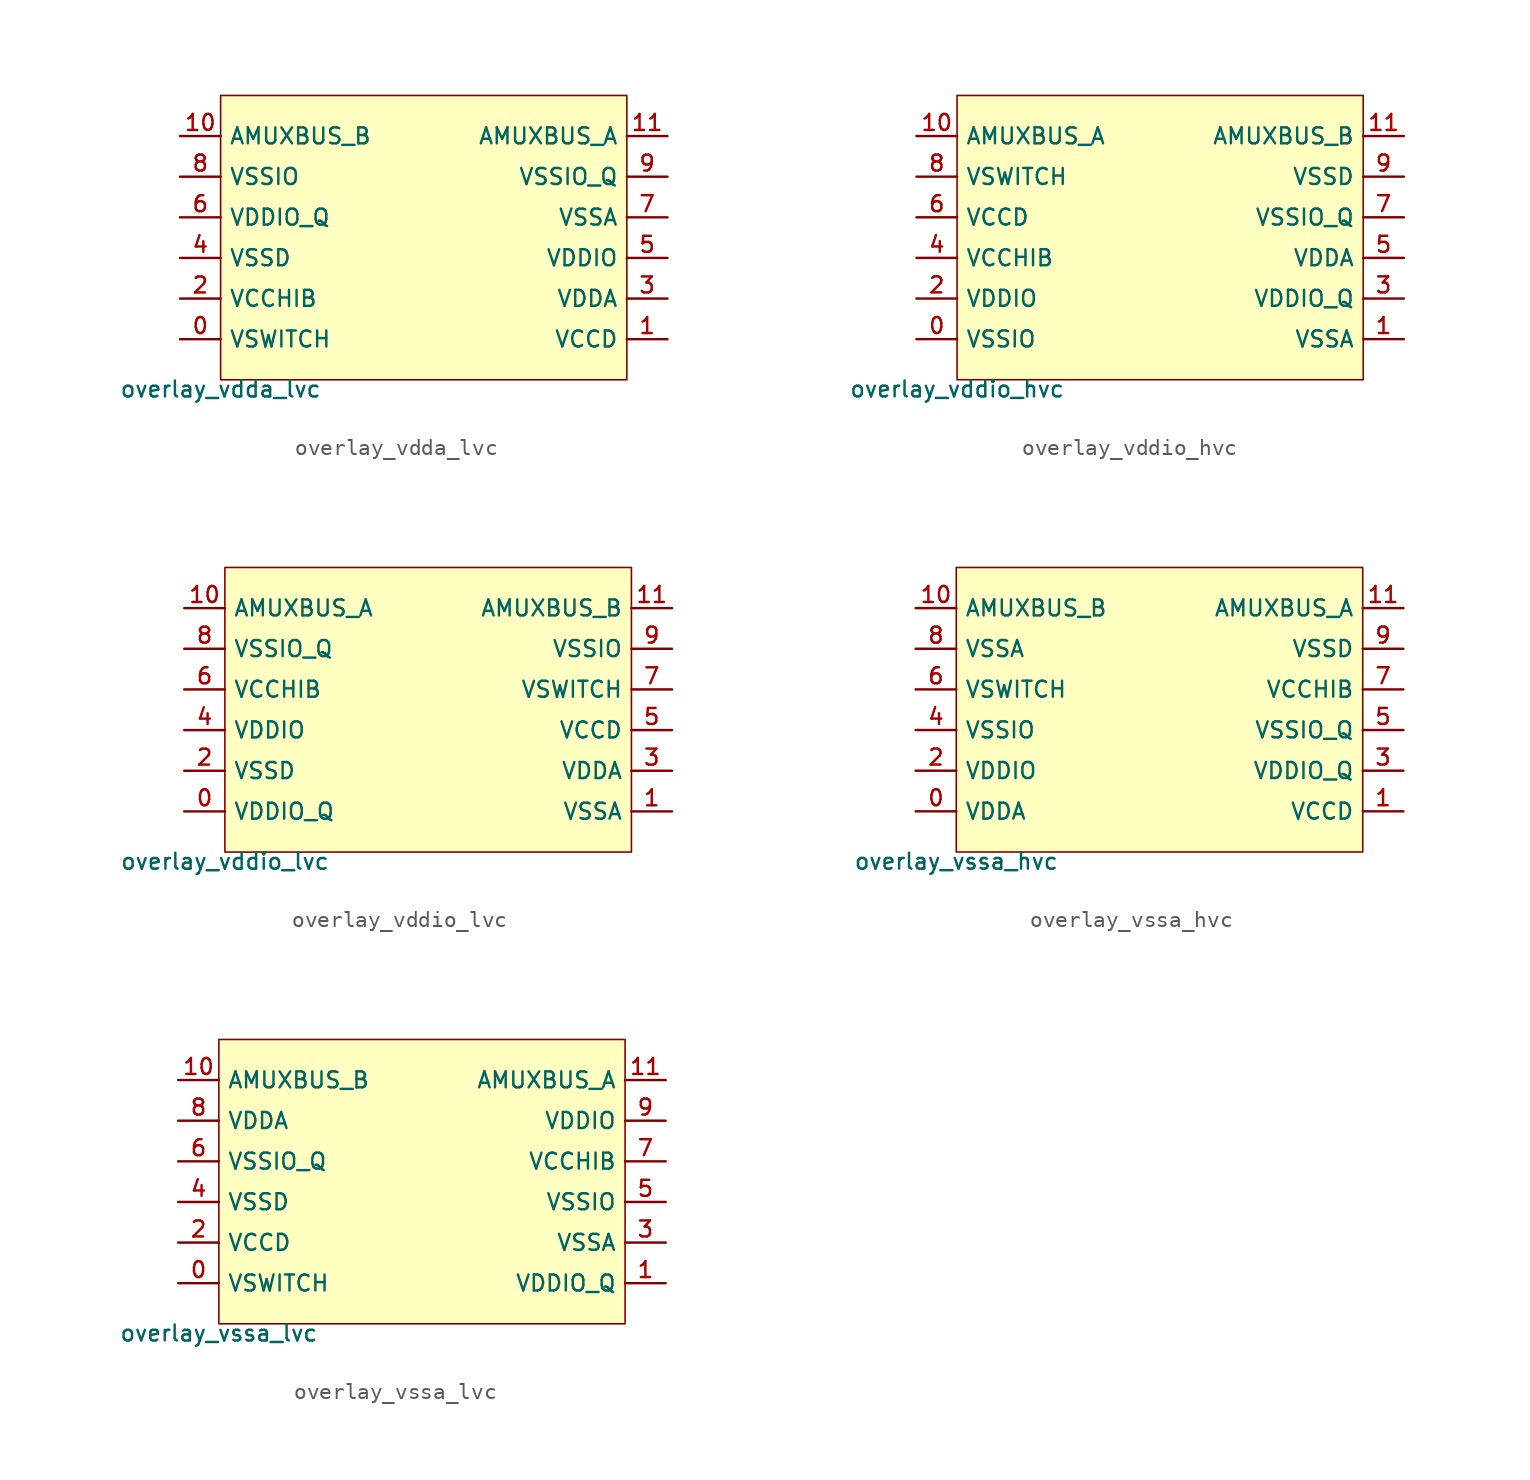
<source format=kicad_sym>
(kicad_symbol_lib
  (version 20211014)
  (generator pdk2kicad)
  (symbol "overlay_vdda_lvc"
    (property "Reference" "X"
      (at 0 0 0)
      (effects (font (size 1 1)) hide))
    (property "Value" "overlay_vdda_lvc"
      (at -12.7 -8.89 0)
      (effects (font (size 1 1)) (justify top)))
    (rectangle
      (start -12.7 -8.89)
      (end 12.7 8.89)
      (stroke (width 0.1) (type solid) (color 0 0 0 0))
      (fill (type background)))
    (pin bidirectional line
      (at -15.24 -6.35 0)
      (length 2.54)
      (name "VSWITCH" (effects (font (size 1 1)) hide))
      (number "0" (effects (font (size 1 1)) hide)))
    (pin bidirectional line
      (at 15.24 -6.35 180)
      (length 2.54)
      (name "VCCD" (effects (font (size 1 1)) hide))
      (number "1" (effects (font (size 1 1)) hide)))
    (pin bidirectional line
      (at -15.24 -3.81 0)
      (length 2.54)
      (name "VCCHIB" (effects (font (size 1 1)) hide))
      (number "2" (effects (font (size 1 1)) hide)))
    (pin bidirectional line
      (at 15.24 -3.81 180)
      (length 2.54)
      (name "VDDA" (effects (font (size 1 1)) hide))
      (number "3" (effects (font (size 1 1)) hide)))
    (pin bidirectional line
      (at -15.24 -1.27 0)
      (length 2.54)
      (name "VSSD" (effects (font (size 1 1)) hide))
      (number "4" (effects (font (size 1 1)) hide)))
    (pin bidirectional line
      (at 15.24 -1.27 180)
      (length 2.54)
      (name "VDDIO" (effects (font (size 1 1)) hide))
      (number "5" (effects (font (size 1 1)) hide)))
    (pin bidirectional line
      (at -15.24 1.27 0)
      (length 2.54)
      (name "VDDIO_Q" (effects (font (size 1 1)) hide))
      (number "6" (effects (font (size 1 1)) hide)))
    (pin bidirectional line
      (at 15.24 1.27 180)
      (length 2.54)
      (name "VSSA" (effects (font (size 1 1)) hide))
      (number "7" (effects (font (size 1 1)) hide)))
    (pin bidirectional line
      (at -15.24 3.81 0)
      (length 2.54)
      (name "VSSIO" (effects (font (size 1 1)) hide))
      (number "8" (effects (font (size 1 1)) hide)))
    (pin bidirectional line
      (at 15.24 3.81 180)
      (length 2.54)
      (name "VSSIO_Q" (effects (font (size 1 1)) hide))
      (number "9" (effects (font (size 1 1)) hide)))
    (pin bidirectional line
      (at -15.24 6.35 0)
      (length 2.54)
      (name "AMUXBUS_B" (effects (font (size 1 1)) hide))
      (number "10" (effects (font (size 1 1)) hide)))
    (pin bidirectional line
      (at 15.24 6.35 180)
      (length 2.54)
      (name "AMUXBUS_A" (effects (font (size 1 1)) hide))
      (number "11" (effects (font (size 1 1)) hide))))
  (symbol "overlay_vddio_hvc"
    (property "Reference" "X"
      (at 0 0 0)
      (effects (font (size 1 1)) hide))
    (property "Value" "overlay_vddio_hvc"
      (at -12.7 -8.89 0)
      (effects (font (size 1 1)) (justify top)))
    (rectangle
      (start -12.7 -8.89)
      (end 12.7 8.89)
      (stroke (width 0.1) (type solid) (color 0 0 0 0))
      (fill (type background)))
    (pin bidirectional line
      (at -15.24 -6.35 0)
      (length 2.54)
      (name "VSSIO" (effects (font (size 1 1)) hide))
      (number "0" (effects (font (size 1 1)) hide)))
    (pin bidirectional line
      (at 15.24 -6.35 180)
      (length 2.54)
      (name "VSSA" (effects (font (size 1 1)) hide))
      (number "1" (effects (font (size 1 1)) hide)))
    (pin bidirectional line
      (at -15.24 -3.81 0)
      (length 2.54)
      (name "VDDIO" (effects (font (size 1 1)) hide))
      (number "2" (effects (font (size 1 1)) hide)))
    (pin bidirectional line
      (at 15.24 -3.81 180)
      (length 2.54)
      (name "VDDIO_Q" (effects (font (size 1 1)) hide))
      (number "3" (effects (font (size 1 1)) hide)))
    (pin bidirectional line
      (at -15.24 -1.27 0)
      (length 2.54)
      (name "VCCHIB" (effects (font (size 1 1)) hide))
      (number "4" (effects (font (size 1 1)) hide)))
    (pin bidirectional line
      (at 15.24 -1.27 180)
      (length 2.54)
      (name "VDDA" (effects (font (size 1 1)) hide))
      (number "5" (effects (font (size 1 1)) hide)))
    (pin bidirectional line
      (at -15.24 1.27 0)
      (length 2.54)
      (name "VCCD" (effects (font (size 1 1)) hide))
      (number "6" (effects (font (size 1 1)) hide)))
    (pin bidirectional line
      (at 15.24 1.27 180)
      (length 2.54)
      (name "VSSIO_Q" (effects (font (size 1 1)) hide))
      (number "7" (effects (font (size 1 1)) hide)))
    (pin bidirectional line
      (at -15.24 3.81 0)
      (length 2.54)
      (name "VSWITCH" (effects (font (size 1 1)) hide))
      (number "8" (effects (font (size 1 1)) hide)))
    (pin bidirectional line
      (at 15.24 3.81 180)
      (length 2.54)
      (name "VSSD" (effects (font (size 1 1)) hide))
      (number "9" (effects (font (size 1 1)) hide)))
    (pin bidirectional line
      (at -15.24 6.35 0)
      (length 2.54)
      (name "AMUXBUS_A" (effects (font (size 1 1)) hide))
      (number "10" (effects (font (size 1 1)) hide)))
    (pin bidirectional line
      (at 15.24 6.35 180)
      (length 2.54)
      (name "AMUXBUS_B" (effects (font (size 1 1)) hide))
      (number "11" (effects (font (size 1 1)) hide))))
  (symbol "overlay_vddio_lvc"
    (property "Reference" "X"
      (at 0 0 0)
      (effects (font (size 1 1)) hide))
    (property "Value" "overlay_vddio_lvc"
      (at -12.7 -8.89 0)
      (effects (font (size 1 1)) (justify top)))
    (rectangle
      (start -12.7 -8.89)
      (end 12.7 8.89)
      (stroke (width 0.1) (type solid) (color 0 0 0 0))
      (fill (type background)))
    (pin bidirectional line
      (at -15.24 -6.35 0)
      (length 2.54)
      (name "VDDIO_Q" (effects (font (size 1 1)) hide))
      (number "0" (effects (font (size 1 1)) hide)))
    (pin bidirectional line
      (at 15.24 -6.35 180)
      (length 2.54)
      (name "VSSA" (effects (font (size 1 1)) hide))
      (number "1" (effects (font (size 1 1)) hide)))
    (pin bidirectional line
      (at -15.24 -3.81 0)
      (length 2.54)
      (name "VSSD" (effects (font (size 1 1)) hide))
      (number "2" (effects (font (size 1 1)) hide)))
    (pin bidirectional line
      (at 15.24 -3.81 180)
      (length 2.54)
      (name "VDDA" (effects (font (size 1 1)) hide))
      (number "3" (effects (font (size 1 1)) hide)))
    (pin bidirectional line
      (at -15.24 -1.27 0)
      (length 2.54)
      (name "VDDIO" (effects (font (size 1 1)) hide))
      (number "4" (effects (font (size 1 1)) hide)))
    (pin bidirectional line
      (at 15.24 -1.27 180)
      (length 2.54)
      (name "VCCD" (effects (font (size 1 1)) hide))
      (number "5" (effects (font (size 1 1)) hide)))
    (pin bidirectional line
      (at -15.24 1.27 0)
      (length 2.54)
      (name "VCCHIB" (effects (font (size 1 1)) hide))
      (number "6" (effects (font (size 1 1)) hide)))
    (pin bidirectional line
      (at 15.24 1.27 180)
      (length 2.54)
      (name "VSWITCH" (effects (font (size 1 1)) hide))
      (number "7" (effects (font (size 1 1)) hide)))
    (pin bidirectional line
      (at -15.24 3.81 0)
      (length 2.54)
      (name "VSSIO_Q" (effects (font (size 1 1)) hide))
      (number "8" (effects (font (size 1 1)) hide)))
    (pin bidirectional line
      (at 15.24 3.81 180)
      (length 2.54)
      (name "VSSIO" (effects (font (size 1 1)) hide))
      (number "9" (effects (font (size 1 1)) hide)))
    (pin bidirectional line
      (at -15.24 6.35 0)
      (length 2.54)
      (name "AMUXBUS_A" (effects (font (size 1 1)) hide))
      (number "10" (effects (font (size 1 1)) hide)))
    (pin bidirectional line
      (at 15.24 6.35 180)
      (length 2.54)
      (name "AMUXBUS_B" (effects (font (size 1 1)) hide))
      (number "11" (effects (font (size 1 1)) hide))))
  (symbol "overlay_vssa_hvc"
    (property "Reference" "X"
      (at 0 0 0)
      (effects (font (size 1 1)) hide))
    (property "Value" "overlay_vssa_hvc"
      (at -12.7 -8.89 0)
      (effects (font (size 1 1)) (justify top)))
    (rectangle
      (start -12.7 -8.89)
      (end 12.7 8.89)
      (stroke (width 0.1) (type solid) (color 0 0 0 0))
      (fill (type background)))
    (pin bidirectional line
      (at -15.24 -6.35 0)
      (length 2.54)
      (name "VDDA" (effects (font (size 1 1)) hide))
      (number "0" (effects (font (size 1 1)) hide)))
    (pin bidirectional line
      (at 15.24 -6.35 180)
      (length 2.54)
      (name "VCCD" (effects (font (size 1 1)) hide))
      (number "1" (effects (font (size 1 1)) hide)))
    (pin bidirectional line
      (at -15.24 -3.81 0)
      (length 2.54)
      (name "VDDIO" (effects (font (size 1 1)) hide))
      (number "2" (effects (font (size 1 1)) hide)))
    (pin bidirectional line
      (at 15.24 -3.81 180)
      (length 2.54)
      (name "VDDIO_Q" (effects (font (size 1 1)) hide))
      (number "3" (effects (font (size 1 1)) hide)))
    (pin bidirectional line
      (at -15.24 -1.27 0)
      (length 2.54)
      (name "VSSIO" (effects (font (size 1 1)) hide))
      (number "4" (effects (font (size 1 1)) hide)))
    (pin bidirectional line
      (at 15.24 -1.27 180)
      (length 2.54)
      (name "VSSIO_Q" (effects (font (size 1 1)) hide))
      (number "5" (effects (font (size 1 1)) hide)))
    (pin bidirectional line
      (at -15.24 1.27 0)
      (length 2.54)
      (name "VSWITCH" (effects (font (size 1 1)) hide))
      (number "6" (effects (font (size 1 1)) hide)))
    (pin bidirectional line
      (at 15.24 1.27 180)
      (length 2.54)
      (name "VCCHIB" (effects (font (size 1 1)) hide))
      (number "7" (effects (font (size 1 1)) hide)))
    (pin bidirectional line
      (at -15.24 3.81 0)
      (length 2.54)
      (name "VSSA" (effects (font (size 1 1)) hide))
      (number "8" (effects (font (size 1 1)) hide)))
    (pin bidirectional line
      (at 15.24 3.81 180)
      (length 2.54)
      (name "VSSD" (effects (font (size 1 1)) hide))
      (number "9" (effects (font (size 1 1)) hide)))
    (pin bidirectional line
      (at -15.24 6.35 0)
      (length 2.54)
      (name "AMUXBUS_B" (effects (font (size 1 1)) hide))
      (number "10" (effects (font (size 1 1)) hide)))
    (pin bidirectional line
      (at 15.24 6.35 180)
      (length 2.54)
      (name "AMUXBUS_A" (effects (font (size 1 1)) hide))
      (number "11" (effects (font (size 1 1)) hide))))
  (symbol "overlay_vssa_lvc"
    (property "Reference" "X"
      (at 0 0 0)
      (effects (font (size 1 1)) hide))
    (property "Value" "overlay_vssa_lvc"
      (at -12.7 -8.89 0)
      (effects (font (size 1 1)) (justify top)))
    (rectangle
      (start -12.7 -8.89)
      (end 12.7 8.89)
      (stroke (width 0.1) (type solid) (color 0 0 0 0))
      (fill (type background)))
    (pin bidirectional line
      (at -15.24 -6.35 0)
      (length 2.54)
      (name "VSWITCH" (effects (font (size 1 1)) hide))
      (number "0" (effects (font (size 1 1)) hide)))
    (pin bidirectional line
      (at 15.24 -6.35 180)
      (length 2.54)
      (name "VDDIO_Q" (effects (font (size 1 1)) hide))
      (number "1" (effects (font (size 1 1)) hide)))
    (pin bidirectional line
      (at -15.24 -3.81 0)
      (length 2.54)
      (name "VCCD" (effects (font (size 1 1)) hide))
      (number "2" (effects (font (size 1 1)) hide)))
    (pin bidirectional line
      (at 15.24 -3.81 180)
      (length 2.54)
      (name "VSSA" (effects (font (size 1 1)) hide))
      (number "3" (effects (font (size 1 1)) hide)))
    (pin bidirectional line
      (at -15.24 -1.27 0)
      (length 2.54)
      (name "VSSD" (effects (font (size 1 1)) hide))
      (number "4" (effects (font (size 1 1)) hide)))
    (pin bidirectional line
      (at 15.24 -1.27 180)
      (length 2.54)
      (name "VSSIO" (effects (font (size 1 1)) hide))
      (number "5" (effects (font (size 1 1)) hide)))
    (pin bidirectional line
      (at -15.24 1.27 0)
      (length 2.54)
      (name "VSSIO_Q" (effects (font (size 1 1)) hide))
      (number "6" (effects (font (size 1 1)) hide)))
    (pin bidirectional line
      (at 15.24 1.27 180)
      (length 2.54)
      (name "VCCHIB" (effects (font (size 1 1)) hide))
      (number "7" (effects (font (size 1 1)) hide)))
    (pin bidirectional line
      (at -15.24 3.81 0)
      (length 2.54)
      (name "VDDA" (effects (font (size 1 1)) hide))
      (number "8" (effects (font (size 1 1)) hide)))
    (pin bidirectional line
      (at 15.24 3.81 180)
      (length 2.54)
      (name "VDDIO" (effects (font (size 1 1)) hide))
      (number "9" (effects (font (size 1 1)) hide)))
    (pin bidirectional line
      (at -15.24 6.35 0)
      (length 2.54)
      (name "AMUXBUS_B" (effects (font (size 1 1)) hide))
      (number "10" (effects (font (size 1 1)) hide)))
    (pin bidirectional line
      (at 15.24 6.35 180)
      (length 2.54)
      (name "AMUXBUS_A" (effects (font (size 1 1)) hide))
      (number "11" (effects (font (size 1 1)) hide)))))
</source>
